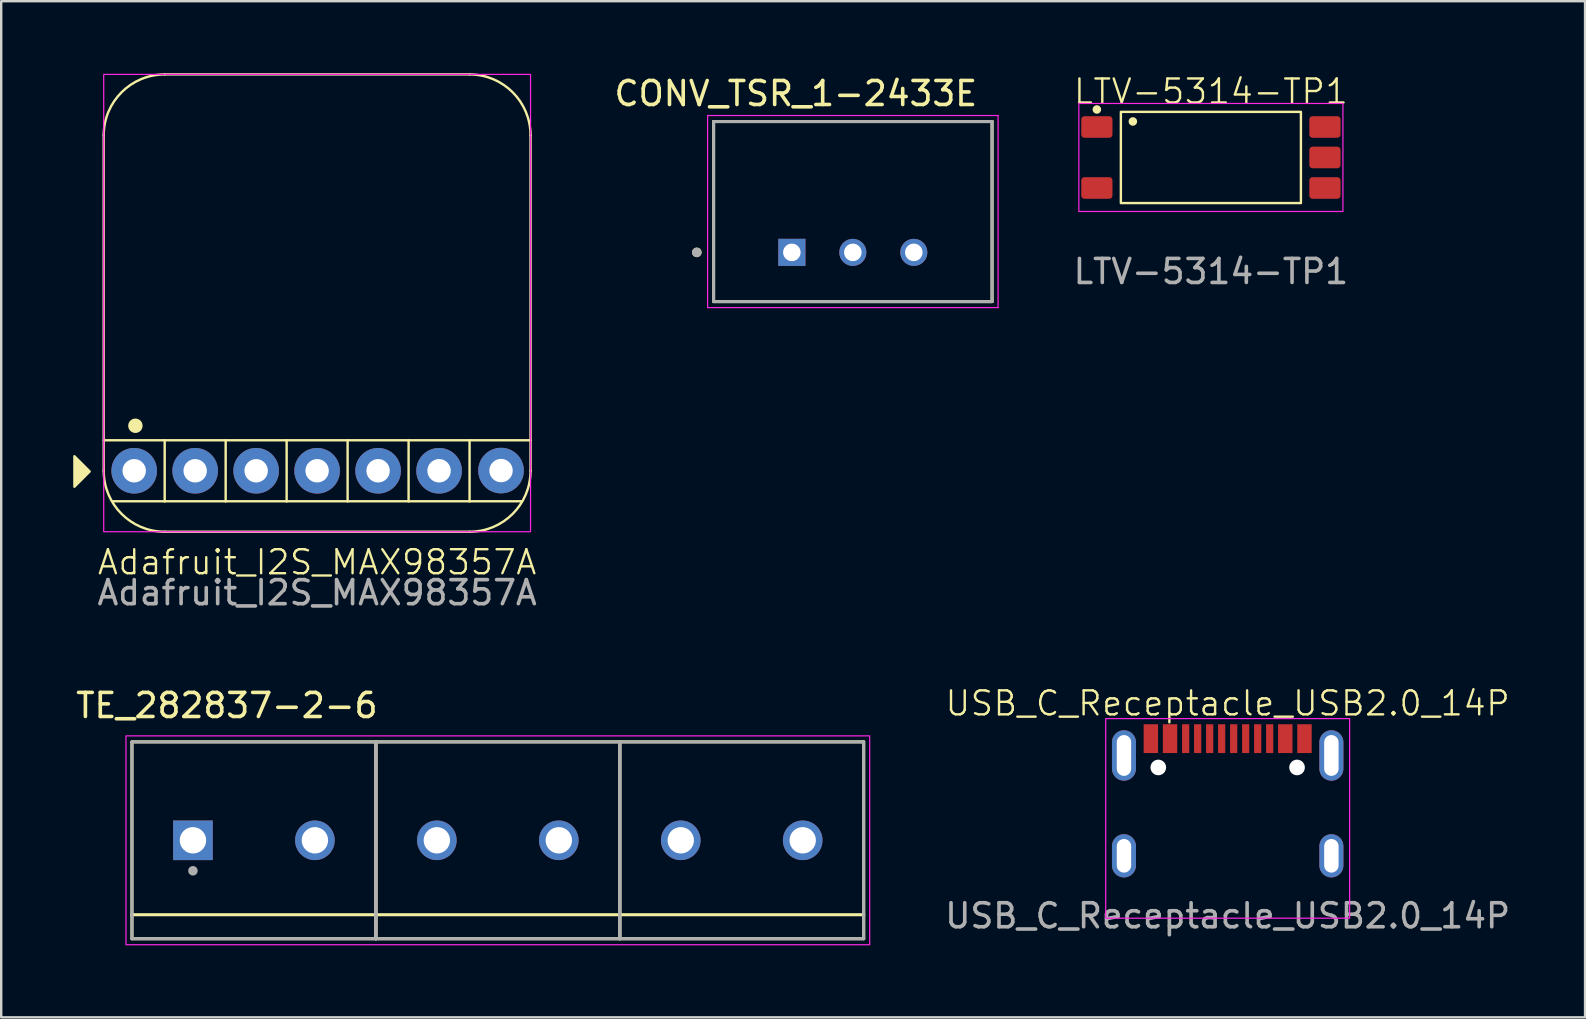
<source format=kicad_pcb>
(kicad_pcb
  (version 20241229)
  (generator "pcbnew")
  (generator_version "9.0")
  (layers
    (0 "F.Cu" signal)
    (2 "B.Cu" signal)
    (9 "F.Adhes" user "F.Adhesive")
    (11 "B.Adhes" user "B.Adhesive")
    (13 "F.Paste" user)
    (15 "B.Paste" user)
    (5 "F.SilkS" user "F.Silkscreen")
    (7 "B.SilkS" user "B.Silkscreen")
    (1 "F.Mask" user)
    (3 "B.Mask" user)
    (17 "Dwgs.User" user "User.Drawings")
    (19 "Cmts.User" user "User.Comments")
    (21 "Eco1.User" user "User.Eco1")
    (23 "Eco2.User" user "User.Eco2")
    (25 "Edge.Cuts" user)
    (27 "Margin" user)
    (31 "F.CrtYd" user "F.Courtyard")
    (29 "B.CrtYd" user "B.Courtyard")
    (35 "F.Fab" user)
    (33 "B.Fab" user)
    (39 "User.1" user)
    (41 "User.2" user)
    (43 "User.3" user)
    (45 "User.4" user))
  (footprint "Adafruit_I2S_MAX98357A"
    (layer "F.Cu")
    (at 10.16 16.56)
    (property "Reference" "Adafruit_I2S_MAX98357A" (at 0 3.81 0) (unlocked yes) (layer "F.SilkS") (effects (font (size 1 1) (thickness 0.1))))
    (attr smd)
    (fp_line (start -8.89 -1.27) (end 8.89 -1.27) (stroke (width 0.1) (type default)) (layer "F.SilkS"))
    (fp_line (start -8.89 0) (end -8.89 -13.97) (stroke (width 0.1) (type default)) (layer "F.SilkS"))
    (fp_line (start -6.35 -16.51) (end 6.35 -16.51) (stroke (width 0.1) (type default)) (layer "F.SilkS"))
    (fp_line (start -6.35 1.27) (end -8.5 1.27) (stroke (width 0.1) (type default)) (layer "F.SilkS"))
    (fp_line (start -6.35 1.27) (end -6.35 -1.27) (stroke (width 0.1) (type default)) (layer "F.SilkS"))
    (fp_line (start -3.81 1.27) (end -6.35 1.27) (stroke (width 0.1) (type default)) (layer "F.SilkS"))
    (fp_line (start -3.81 1.27) (end -3.81 -1.27) (stroke (width 0.1) (type default)) (layer "F.SilkS"))
    (fp_line (start -1.27 1.27) (end -3.81 1.27) (stroke (width 0.1) (type default)) (layer "F.SilkS"))
    (fp_line (start -1.27 1.27) (end -1.27 -1.27) (stroke (width 0.1) (type default)) (layer "F.SilkS"))
    (fp_line (start 1.27 -1.27) (end 1.27 1.27) (stroke (width 0.1) (type default)) (layer "F.SilkS"))
    (fp_line (start 1.27 1.27) (end -1.27 1.27) (stroke (width 0.1) (type default)) (layer "F.SilkS"))
    (fp_line (start 1.27 1.27) (end 3.81 1.27) (stroke (width 0.1) (type default)) (layer "F.SilkS"))
    (fp_line (start 3.81 1.27) (end 3.81 -1.27) (stroke (width 0.1) (type default)) (layer "F.SilkS"))
    (fp_line (start 3.81 1.27) (end 6.35 1.27) (stroke (width 0.1) (type default)) (layer "F.SilkS"))
    (fp_line (start 6.35 1.27) (end 6.35 -1.27) (stroke (width 0.1) (type default)) (layer "F.SilkS"))
    (fp_line (start 6.35 1.27) (end 8.525 1.27) (stroke (width 0.1) (type default)) (layer "F.SilkS"))
    (fp_line (start 6.35 2.54) (end -6.35 2.54) (stroke (width 0.1) (type default)) (layer "F.SilkS"))
    (fp_line (start 8.89 -13.97) (end 8.89 0) (stroke (width 0.1) (type default)) (layer "F.SilkS"))
    (fp_arc (start -8.89 -13.97) (mid -8.146051 -15.766051) (end -6.35 -16.51) (stroke (width 0.1) (type default)) (layer "F.SilkS"))
    (fp_arc (start -6.35 2.54) (mid -8.146051 1.796051) (end -8.89 0) (stroke (width 0.1) (type default)) (layer "F.SilkS"))
    (fp_arc (start 6.35 -16.51) (mid 8.146051 -15.766051) (end 8.89 -13.97) (stroke (width 0.1) (type default)) (layer "F.SilkS"))
    (fp_arc (start 8.89 0) (mid 8.146051 1.796051) (end 6.35 2.54) (stroke (width 0.1) (type default)) (layer "F.SilkS"))
    (fp_circle (center -7.57 -1.875) (end -7.32 -1.875) (stroke (width 0.1) (type solid)) (fill yes) (layer "F.SilkS"))
    (fp_poly (pts (xy -9.475 0.03) (xy -10.11 -0.605) (xy -10.11 0.665)) (stroke (width 0.1) (type solid)) (fill yes) (layer "F.SilkS"))
    (fp_rect (start -8.89 -16.51) (end 8.89 2.54) (stroke (width 0.05) (type default)) (fill no) (layer "F.CrtYd"))
    (fp_text user "${REFERENCE}" (at 0 5.08 0) (unlocked yes) (layer "F.Fab") (effects (font (size 1 1) (thickness 0.15))))
    (pad "1" thru_hole circle (at -7.62 0) (size 1.9 1.9) (drill 0.975) (layers "*.Cu" "*.Mask"))
    (pad "2" thru_hole circle (at -5.08 0) (size 1.9 1.9) (drill 0.975) (layers "*.Cu" "*.Mask"))
    (pad "3" thru_hole circle (at -2.54 0) (size 1.9 1.9) (drill 0.975) (layers "*.Cu" "*.Mask"))
    (pad "4" thru_hole circle (at 0 0) (size 1.9 1.9) (drill 0.975) (layers "*.Cu" "*.Mask"))
    (pad "5" thru_hole circle (at 2.54 0) (size 1.9 1.9) (drill 0.975) (layers "*.Cu" "*.Mask"))
    (pad "6" thru_hole circle (at 5.08 0) (size 1.9 1.9) (drill 0.975) (layers "*.Cu" "*.Mask"))
    (pad "7" thru_hole circle (at 7.661 -0.008) (size 1.9 1.9) (drill 0.975) (layers "*.Cu" "*.Mask")))
  (footprint "USB_C_Receptacle_USB2.0_14P"
    (layer "F.Cu")
    (at 48.089 32.599)
    (property "Reference" "USB_C_Receptacle_USB2.0_14P" (at 0 -6.35 0) (unlocked yes) (layer "F.SilkS") (effects (font (size 1 1) (thickness 0.1))))
    (attr through_hole)
    (fp_rect (start -5.08 -5.715) (end 5.08 2.6) (stroke (width 0.05) (type solid)) (fill no) (layer "F.CrtYd"))
    (fp_text user "${REFERENCE}" (at 0 2.5 0) (unlocked yes) (layer "F.Fab") (effects (font (size 1 1) (thickness 0.15))))
    (pad "" np_thru_hole circle (at -2.89 -3.68 90) (size 0.65 0.65) (drill 0.65) (layers "*.Cu" "*.Mask"))
    (pad "" np_thru_hole circle (at 2.89 -3.68 90) (size 0.65 0.65) (drill 0.65) (layers "*.Cu" "*.Mask"))
    (pad "A1B12" smd rect (at -3.2 -4.88) (size 0.6 1.2) (layers "F.Cu" "F.Mask" "F.Paste"))
    (pad "A4B9" smd rect (at -2.4 -4.88) (size 0.6 1.2) (layers "F.Cu" "F.Mask" "F.Paste"))
    (pad "A5" smd rect (at -1.25 -4.88) (size 0.3 1.2) (layers "F.Cu" "F.Mask" "F.Paste"))
    (pad "A6" smd rect (at -0.25 -4.88) (size 0.3 1.2) (layers "F.Cu" "F.Mask" "F.Paste"))
    (pad "A7" smd rect (at 0.25 -4.88) (size 0.3 1.2) (layers "F.Cu" "F.Mask" "F.Paste"))
    (pad "A8" smd rect (at 1.25 -4.88) (size 0.3 1.2) (layers "F.Cu" "F.Mask" "F.Paste"))
    (pad "B1A12" smd rect (at 3.2 -4.88) (size 0.6 1.2) (layers "F.Cu" "F.Mask" "F.Paste"))
    (pad "B4A9" smd rect (at 2.4 -4.88) (size 0.6 1.2) (layers "F.Cu" "F.Mask" "F.Paste"))
    (pad "B5" smd rect (at 1.75 -4.88) (size 0.3 1.2) (layers "F.Cu" "F.Mask" "F.Paste"))
    (pad "B6" smd rect (at 0.75 -4.88) (size 0.3 1.2) (layers "F.Cu" "F.Mask" "F.Paste"))
    (pad "B7" smd rect (at -0.75 -4.88) (size 0.3 1.2) (layers "F.Cu" "F.Mask" "F.Paste"))
    (pad "B8" smd rect (at -1.75 -4.88) (size 0.3 1.2) (layers "F.Cu" "F.Mask" "F.Paste"))
    (pad "S1" thru_hole oval (at -4.32 -4.18 90) (size 2.1 1) (drill oval 1.7 0.6) (layers "*.Cu" "*.Mask"))
    (pad "S1" thru_hole oval (at -4.32 0 90) (size 1.8 1) (drill oval 1.4 0.6) (layers "*.Cu" "*.Mask"))
    (pad "S1" thru_hole oval (at 4.32 -4.18 90) (size 2.1 1) (drill oval 1.7 0.6) (layers "*.Cu" "*.Mask"))
    (pad "S1" thru_hole oval (at 4.32 0 90) (size 1.8 1) (drill oval 1.4 0.6) (layers "*.Cu" "*.Mask")))
  (footprint "LTV-5314-TP1"
    (layer "F.Cu")
    (at 47.39 3.51)
    (property "Reference" "LTV-5314-TP1" (at 0 -2.75 0) (unlocked yes) (layer "F.SilkS") (effects (font (size 1 1) (thickness 0.1))))
    (attr smd)
    (fp_rect (start -3.75 -1.9) (end 3.75 1.9) (stroke (width 0.1) (type solid)) (fill no) (layer "F.SilkS"))
    (fp_circle (center -4.75 -2) (end -4.623 -2) (stroke (width 0.1) (type solid)) (fill yes) (layer "F.SilkS"))
    (fp_circle (center -3.25 -1.5) (end -3.123 -1.5) (stroke (width 0.1) (type solid)) (fill yes) (layer "F.SilkS"))
    (fp_rect (start -5.5 -2.25) (end 5.5 2.25) (stroke (width 0.05) (type default)) (fill no) (layer "F.CrtYd"))
    (fp_text user "${REFERENCE}" (at 0 4.75 0) (unlocked yes) (layer "F.Fab") (effects (font (size 1 1) (thickness 0.15))))
    (pad "1" smd roundrect (at -4.75 -1.27) (size 1.3 0.9) (layers "F.Cu" "F.Mask" "F.Paste") (roundrect_rratio 0.15))
    (pad "3" smd roundrect (at -4.75 1.27) (size 1.3 0.9) (layers "F.Cu" "F.Mask" "F.Paste") (roundrect_rratio 0.15))
    (pad "4" smd roundrect (at 4.75 1.27) (size 1.3 0.9) (layers "F.Cu" "F.Mask" "F.Paste") (roundrect_rratio 0.15))
    (pad "5" smd roundrect (at 4.75 0) (size 1.3 0.9) (layers "F.Cu" "F.Mask" "F.Paste") (roundrect_rratio 0.15))
    (pad "6" smd roundrect (at 4.75 -1.27) (size 1.3 0.9) (layers "F.Cu" "F.Mask" "F.Paste") (roundrect_rratio 0.15)))
  (footprint "TE_282837-2-6"
    (layer "F.Cu")
    (at 7.527 31.953)
    (property "Reference" "TE_282837-2-6" (at -1.127 -5.615 0) (layer "F.SilkS") (effects (font (size 1.002 1.002) (thickness 0.15))))
    (attr through_hole)
    (fp_line (start -5.08 -4.1) (end 5.08 -4.1) (stroke (width 0.127) (type solid)) (layer "F.SilkS"))
    (fp_line (start -5.08 3.1) (end -5.08 -4.1) (stroke (width 0.127) (type solid)) (layer "F.SilkS"))
    (fp_line (start -5.08 3.1) (end 5.08 3.1) (stroke (width 0.127) (type solid)) (layer "F.SilkS"))
    (fp_line (start -5.08 4.1) (end -5.08 3.1) (stroke (width 0.127) (type solid)) (layer "F.SilkS"))
    (fp_line (start 5.08 -4.1) (end 5.08 3.1) (stroke (width 0.127) (type solid)) (layer "F.SilkS"))
    (fp_line (start 5.08 -4.1) (end 15.24 -4.1) (stroke (width 0.127) (type solid)) (layer "F.SilkS"))
    (fp_line (start 5.08 3.1) (end 5.08 -4.1) (stroke (width 0.127) (type solid)) (layer "F.SilkS"))
    (fp_line (start 5.08 3.1) (end 5.08 4.1) (stroke (width 0.127) (type solid)) (layer "F.SilkS"))
    (fp_line (start 5.08 3.1) (end 15.24 3.1) (stroke (width 0.127) (type solid)) (layer "F.SilkS"))
    (fp_line (start 5.08 4.1) (end -5.08 4.1) (stroke (width 0.127) (type solid)) (layer "F.SilkS"))
    (fp_line (start 5.08 4.1) (end 5.08 3.1) (stroke (width 0.127) (type solid)) (layer "F.SilkS"))
    (fp_line (start 15.24 -4.1) (end 15.24 3.1) (stroke (width 0.127) (type solid)) (layer "F.SilkS"))
    (fp_line (start 15.24 -4.1) (end 25.4 -4.1) (stroke (width 0.127) (type solid)) (layer "F.SilkS"))
    (fp_line (start 15.24 3.1) (end 15.24 -4.1) (stroke (width 0.127) (type solid)) (layer "F.SilkS"))
    (fp_line (start 15.24 3.1) (end 15.24 4.1) (stroke (width 0.127) (type solid)) (layer "F.SilkS"))
    (fp_line (start 15.24 3.1) (end 25.4 3.1) (stroke (width 0.127) (type solid)) (layer "F.SilkS"))
    (fp_line (start 15.24 4.1) (end 5.08 4.1) (stroke (width 0.127) (type solid)) (layer "F.SilkS"))
    (fp_line (start 15.24 4.1) (end 15.24 3.1) (stroke (width 0.127) (type solid)) (layer "F.SilkS"))
    (fp_line (start 25.4 -4.1) (end 25.4 3.1) (stroke (width 0.127) (type solid)) (layer "F.SilkS"))
    (fp_line (start 25.4 3.1) (end 25.4 4.1) (stroke (width 0.127) (type solid)) (layer "F.SilkS"))
    (fp_line (start 25.4 4.1) (end 15.24 4.1) (stroke (width 0.127) (type solid)) (layer "F.SilkS"))
    (fp_rect (start -5.33 -4.35) (end 25.65 4.35) (stroke (width 0.05) (type default)) (fill no) (layer "F.CrtYd"))
    (fp_line (start -5.08 -4.1) (end 5.08 -4.1) (stroke (width 0.127) (type solid)) (layer "F.Fab"))
    (fp_line (start -5.08 4.1) (end -5.08 -4.1) (stroke (width 0.127) (type solid)) (layer "F.Fab"))
    (fp_line (start 5.08 -4.1) (end 5.08 4.1) (stroke (width 0.127) (type solid)) (layer "F.Fab"))
    (fp_line (start 5.08 -4.1) (end 15.24 -4.1) (stroke (width 0.127) (type solid)) (layer "F.Fab"))
    (fp_line (start 5.08 4.1) (end -5.08 4.1) (stroke (width 0.127) (type solid)) (layer "F.Fab"))
    (fp_line (start 5.08 4.1) (end 5.08 -4.1) (stroke (width 0.127) (type solid)) (layer "F.Fab"))
    (fp_line (start 15.24 -4.1) (end 15.24 4.1) (stroke (width 0.127) (type solid)) (layer "F.Fab"))
    (fp_line (start 15.24 -4.1) (end 25.4 -4.1) (stroke (width 0.127) (type solid)) (layer "F.Fab"))
    (fp_line (start 15.24 4.1) (end 5.08 4.1) (stroke (width 0.127) (type solid)) (layer "F.Fab"))
    (fp_line (start 15.24 4.1) (end 15.24 -4.1) (stroke (width 0.127) (type solid)) (layer "F.Fab"))
    (fp_line (start 25.4 -4.1) (end 25.4 4.1) (stroke (width 0.127) (type solid)) (layer "F.Fab"))
    (fp_line (start 25.4 4.1) (end 15.24 4.1) (stroke (width 0.127) (type solid)) (layer "F.Fab"))
    (fp_circle (center -2.54 1.27) (end -2.44 1.27) (stroke (width 0.2) (type solid)) (fill no) (layer "F.Fab"))
    (pad "1" thru_hole rect (at -2.54 0) (size 1.65 1.65) (drill 1.1) (layers "*.Cu" "*.Mask"))
    (pad "2" thru_hole circle (at 2.54 0) (size 1.65 1.65) (drill 1.1) (layers "*.Cu" "*.Mask"))
    (pad "3" thru_hole circle (at 7.62 0) (size 1.65 1.65) (drill 1.1) (layers "*.Cu" "*.Mask"))
    (pad "4" thru_hole circle (at 12.7 0) (size 1.65 1.65) (drill 1.1) (layers "*.Cu" "*.Mask"))
    (pad "5" thru_hole circle (at 17.78 0) (size 1.65 1.65) (drill 1.1) (layers "*.Cu" "*.Mask"))
    (pad "6" thru_hole circle (at 22.86 0) (size 1.65 1.65) (drill 1.1) (layers "*.Cu" "*.Mask")))
  (footprint "CONV_TSR_1-2433E"
    (layer "F.Cu")
    (at 32.475 5.763)
    (property "Reference" "CONV_TSR_1-2433E" (at -2.375 -4.915 0) (layer "F.SilkS") (effects (font (size 1 1) (thickness 0.15))))
    (attr through_hole)
    (fp_line (start -5.8 -3.75) (end 5.8 -3.75) (stroke (width 0.127) (type solid)) (layer "F.SilkS"))
    (fp_line (start -5.8 3.75) (end -5.8 -3.75) (stroke (width 0.127) (type solid)) (layer "F.SilkS"))
    (fp_line (start -5.8 3.75) (end 5.8 3.75) (stroke (width 0.127) (type solid)) (layer "F.SilkS"))
    (fp_line (start 5.8 -3.75) (end 5.8 3.75) (stroke (width 0.127) (type solid)) (layer "F.SilkS"))
    (fp_circle (center -6.5 1.7) (end -6.4 1.7) (stroke (width 0.2) (type solid)) (fill no) (layer "F.SilkS"))
    (fp_line (start -6.05 -4) (end -6.05 4) (stroke (width 0.05) (type solid)) (layer "F.CrtYd"))
    (fp_line (start -6.05 4) (end 6.05 4) (stroke (width 0.05) (type solid)) (layer "F.CrtYd"))
    (fp_line (start 6.05 -4) (end -6.05 -4) (stroke (width 0.05) (type solid)) (layer "F.CrtYd"))
    (fp_line (start 6.05 4) (end 6.05 -4) (stroke (width 0.05) (type solid)) (layer "F.CrtYd"))
    (fp_line (start -5.8 -3.75) (end 5.8 -3.75) (stroke (width 0.127) (type solid)) (layer "F.Fab"))
    (fp_line (start -5.8 3.75) (end -5.8 -3.75) (stroke (width 0.127) (type solid)) (layer "F.Fab"))
    (fp_line (start 5.8 -3.75) (end 5.8 3.75) (stroke (width 0.127) (type solid)) (layer "F.Fab"))
    (fp_line (start 5.8 3.75) (end -5.8 3.75) (stroke (width 0.127) (type solid)) (layer "F.Fab"))
    (fp_circle (center -6.5 1.7) (end -6.4 1.7) (stroke (width 0.2) (type solid)) (fill no) (layer "F.Fab"))
    (pad "1" thru_hole rect (at -2.54 1.7) (size 1.13 1.13) (drill 0.73) (layers "*.Cu" "*.Mask"))
    (pad "2" thru_hole circle (at 0 1.7) (size 1.13 1.13) (drill 0.73) (layers "*.Cu" "*.Mask"))
    (pad "3" thru_hole circle (at 2.54 1.7) (size 1.13 1.13) (drill 0.73) (layers "*.Cu" "*.Mask")))
  (gr_rect
    (start -3 -3)
    (end 62.976 39.328)
    (stroke (width 0.1) (type default))
    (fill no)
    (layer "Edge.Cuts")))
</source>
